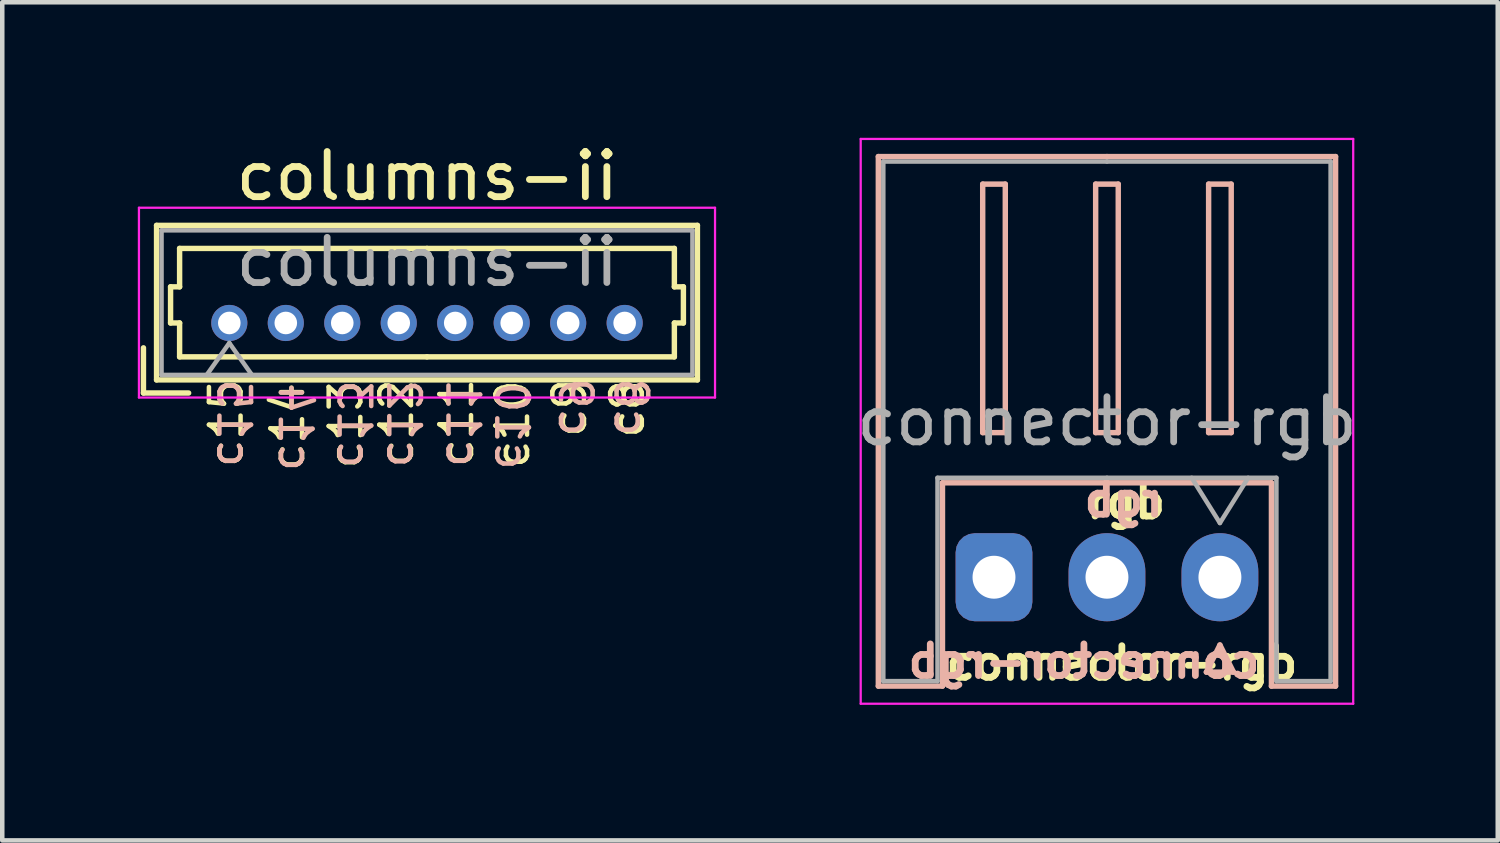
<source format=kicad_pcb>
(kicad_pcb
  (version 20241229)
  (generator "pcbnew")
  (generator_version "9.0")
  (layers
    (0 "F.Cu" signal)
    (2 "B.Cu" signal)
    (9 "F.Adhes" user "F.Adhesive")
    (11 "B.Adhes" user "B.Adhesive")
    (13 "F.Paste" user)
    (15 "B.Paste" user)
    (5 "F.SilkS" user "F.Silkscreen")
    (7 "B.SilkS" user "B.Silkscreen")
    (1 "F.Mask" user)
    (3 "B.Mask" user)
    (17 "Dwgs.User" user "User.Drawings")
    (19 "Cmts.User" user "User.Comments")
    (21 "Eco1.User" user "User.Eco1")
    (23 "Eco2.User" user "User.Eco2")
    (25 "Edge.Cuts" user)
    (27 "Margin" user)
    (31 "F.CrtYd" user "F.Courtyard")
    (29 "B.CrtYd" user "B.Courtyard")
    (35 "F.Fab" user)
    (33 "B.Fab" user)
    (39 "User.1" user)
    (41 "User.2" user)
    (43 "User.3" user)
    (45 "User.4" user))
  (footprint "columns-ii"
    (layer "F.Cu")
    (at 2.025 4.098)
    (property "Reference" "columns-ii" (at 4.38 -3.25 0) (layer "F.SilkS") (effects (font (size 1 1) (thickness 0.15))))
    (attr through_hole)
    (fp_line (start -1.9 1.55) (end -1.9 0.55) (stroke (width 0.12) (type solid)) (layer "F.SilkS"))
    (fp_line (start -1.9 1.55) (end -0.9 1.55) (stroke (width 0.12) (type solid)) (layer "F.SilkS"))
    (fp_line (start -1.61 -2.16) (end -1.61 1.26) (stroke (width 0.12) (type solid)) (layer "F.SilkS"))
    (fp_line (start -1.61 1.26) (end 10.36 1.26) (stroke (width 0.12) (type solid)) (layer "F.SilkS"))
    (fp_line (start -1.3 -0.8) (end -1.1 -0.8) (stroke (width 0.12) (type solid)) (layer "F.SilkS"))
    (fp_line (start -1.3 0) (end -1.3 -0.8) (stroke (width 0.12) (type solid)) (layer "F.SilkS"))
    (fp_line (start -1.1 -1.65) (end 4.375 -1.65) (stroke (width 0.12) (type solid)) (layer "F.SilkS"))
    (fp_line (start -1.1 -0.8) (end -1.1 -1.65) (stroke (width 0.12) (type solid)) (layer "F.SilkS"))
    (fp_line (start -1.1 0) (end -1.3 0) (stroke (width 0.12) (type solid)) (layer "F.SilkS"))
    (fp_line (start -1.1 0.75) (end -1.1 0) (stroke (width 0.12) (type solid)) (layer "F.SilkS"))
    (fp_line (start 4.375 0.75) (end -1.1 0.75) (stroke (width 0.12) (type solid)) (layer "F.SilkS"))
    (fp_line (start 4.375 0.75) (end 9.85 0.75) (stroke (width 0.12) (type solid)) (layer "F.SilkS"))
    (fp_line (start 9.85 -1.65) (end 4.375 -1.65) (stroke (width 0.12) (type solid)) (layer "F.SilkS"))
    (fp_line (start 9.85 -0.8) (end 9.85 -1.65) (stroke (width 0.12) (type solid)) (layer "F.SilkS"))
    (fp_line (start 9.85 0) (end 10.05 0) (stroke (width 0.12) (type solid)) (layer "F.SilkS"))
    (fp_line (start 9.85 0.75) (end 9.85 0) (stroke (width 0.12) (type solid)) (layer "F.SilkS"))
    (fp_line (start 10.05 -0.8) (end 9.85 -0.8) (stroke (width 0.12) (type solid)) (layer "F.SilkS"))
    (fp_line (start 10.05 0) (end 10.05 -0.8) (stroke (width 0.12) (type solid)) (layer "F.SilkS"))
    (fp_line (start 10.36 -2.16) (end -1.61 -2.16) (stroke (width 0.12) (type solid)) (layer "F.SilkS"))
    (fp_line (start 10.36 1.26) (end 10.36 -2.16) (stroke (width 0.12) (type solid)) (layer "F.SilkS"))
    (fp_line (start -2 -2.55) (end -2 1.65) (stroke (width 0.05) (type solid)) (layer "F.CrtYd"))
    (fp_line (start -2 1.65) (end 10.75 1.65) (stroke (width 0.05) (type solid)) (layer "F.CrtYd"))
    (fp_line (start 10.75 -2.55) (end -2 -2.55) (stroke (width 0.05) (type solid)) (layer "F.CrtYd"))
    (fp_line (start 10.75 1.65) (end 10.75 -2.55) (stroke (width 0.05) (type solid)) (layer "F.CrtYd"))
    (fp_line (start -1.5 -2.05) (end -1.5 1.15) (stroke (width 0.1) (type solid)) (layer "F.Fab"))
    (fp_line (start -1.5 1.15) (end 10.25 1.15) (stroke (width 0.1) (type solid)) (layer "F.Fab"))
    (fp_line (start -0.5 1.15) (end 0 0.443) (stroke (width 0.1) (type solid)) (layer "F.Fab"))
    (fp_line (start 0 0.443) (end 0.5 1.15) (stroke (width 0.1) (type solid)) (layer "F.Fab"))
    (fp_line (start 10.25 -2.05) (end -1.5 -2.05) (stroke (width 0.1) (type solid)) (layer "F.Fab"))
    (fp_line (start 10.25 1.15) (end 10.25 -2.05) (stroke (width 0.1) (type solid)) (layer "F.Fab"))
    (fp_text user "c10" (at 6.68 3.27 90) (unlocked yes) (layer "F.SilkS") (effects (font (size 0.7 0.7) (thickness 0.1)) (justify left bottom)))
    (fp_text user "c9" (at 7.94 2.58 90) (unlocked yes) (layer "F.SilkS") (effects (font (size 0.7 0.7) (thickness 0.1)) (justify left bottom)))
    (fp_text user "c13" (at 2.99 3.28 90) (unlocked yes) (layer "F.SilkS") (effects (font (size 0.7 0.7) (thickness 0.1)) (justify left bottom)))
    (fp_text user "c12" (at 4.11 3.25 90) (unlocked yes) (layer "F.SilkS") (effects (font (size 0.7 0.7) (thickness 0.1)) (justify left bottom)))
    (fp_text user "c15" (at 0.34 3.25 90) (unlocked yes) (layer "F.SilkS") (effects (font (size 0.7 0.7) (thickness 0.1)) (justify left bottom)))
    (fp_text user "c11" (at 5.44 3.24 90) (unlocked yes) (layer "F.SilkS") (effects (font (size 0.7 0.7) (thickness 0.1)) (justify left bottom)))
    (fp_text user "c14" (at 1.7 3.33 90) (unlocked yes) (layer "F.SilkS") (effects (font (size 0.7 0.7) (thickness 0.1)) (justify left bottom)))
    (fp_text user "c8" (at 9.22 2.6 90) (unlocked yes) (layer "F.SilkS") (effects (font (size 0.7 0.7) (thickness 0.1)) (justify left bottom)))
    (fp_text user "c15" (at -0.31 3.25 270) (unlocked yes) (layer "B.SilkS") (effects (font (size 0.7 0.7) (thickness 0.1)) (justify left bottom mirror)))
    (fp_text user "c14" (at 1.05 3.34 270) (unlocked yes) (layer "B.SilkS") (effects (font (size 0.7 0.7) (thickness 0.1)) (justify left bottom mirror)))
    (fp_text user "c9" (at 7.25 2.56 270) (unlocked yes) (layer "B.SilkS") (effects (font (size 0.7 0.7) (thickness 0.1)) (justify left bottom mirror)))
    (fp_text user "c13" (at 2.35 3.27 270) (unlocked yes) (layer "B.SilkS") (effects (font (size 0.7 0.7) (thickness 0.1)) (justify left bottom mirror)))
    (fp_text user "c8" (at 8.48 2.56 270) (unlocked yes) (layer "B.SilkS") (effects (font (size 0.7 0.7) (thickness 0.1)) (justify left bottom mirror)))
    (fp_text user "c11" (at 4.76 3.25 270) (unlocked yes) (layer "B.SilkS") (effects (font (size 0.7 0.7) (thickness 0.1)) (justify left bottom mirror)))
    (fp_text user "c12" (at 3.45 3.26 270) (unlocked yes) (layer "B.SilkS") (effects (font (size 0.7 0.7) (thickness 0.1)) (justify left bottom mirror)))
    (fp_text user "c10" (at 5.84 3.31 270) (unlocked yes) (layer "B.SilkS") (effects (font (size 0.7 0.7) (thickness 0.1)) (justify left bottom mirror)))
    (fp_text user "${REFERENCE}" (at 4.38 -1.35 0) (layer "F.Fab") (effects (font (size 1 1) (thickness 0.15))))
    (pad "1" thru_hole circle (at 0 0) (size 0.8 0.8) (drill 0.5) (layers "*.Cu" "*.Mask"))
    (pad "2" thru_hole circle (at 1.25 0) (size 0.8 0.8) (drill 0.5) (layers "*.Cu" "*.Mask"))
    (pad "3" thru_hole circle (at 2.5 0) (size 0.8 0.8) (drill 0.5) (layers "*.Cu" "*.Mask"))
    (pad "4" thru_hole circle (at 3.75 0) (size 0.8 0.8) (drill 0.5) (layers "*.Cu" "*.Mask"))
    (pad "5" thru_hole circle (at 5 0) (size 0.8 0.8) (drill 0.5) (layers "*.Cu" "*.Mask"))
    (pad "6" thru_hole circle (at 6.25 0) (size 0.8 0.8) (drill 0.5) (layers "*.Cu" "*.Mask"))
    (pad "7" thru_hole circle (at 7.5 0) (size 0.8 0.8) (drill 0.5) (layers "*.Cu" "*.Mask"))
    (pad "8" thru_hole circle (at 8.75 0) (size 0.8 0.8) (drill 0.5) (layers "*.Cu" "*.Mask")))
  (footprint "connector-rgb"
    (layer "F.Cu")
    (at 18.949 9.725)
    (property "Reference" "connector-rgb" (at 2.83 1.9 180) (layer "F.SilkS") (effects (font (size 0.7 0.7) (thickness 0.15))))
    (property "Value" "rgb" (at 2.5 -10.4 180) (layer "F.Fab") (hide yes) (effects (font (size 1 1) (thickness 0.15))))
    (attr through_hole)
    (fp_line (start -2.56 -9.31) (end -2.56 2.41) (stroke (width 0.12) (type solid)) (layer "B.SilkS"))
    (fp_line (start -2.56 2.41) (end -1.14 2.41) (stroke (width 0.12) (type solid)) (layer "B.SilkS"))
    (fp_line (start -1.14 -2.09) (end 2.5 -2.09) (stroke (width 0.12) (type solid)) (layer "B.SilkS"))
    (fp_line (start -1.14 2.41) (end -1.14 -2.09) (stroke (width 0.12) (type solid)) (layer "B.SilkS"))
    (fp_line (start -0.25 -8.7) (end -0.25 -3.2) (stroke (width 0.12) (type solid)) (layer "B.SilkS"))
    (fp_line (start -0.25 -3.2) (end 0.25 -3.2) (stroke (width 0.12) (type solid)) (layer "B.SilkS"))
    (fp_line (start 0.25 -8.7) (end -0.25 -8.7) (stroke (width 0.12) (type solid)) (layer "B.SilkS"))
    (fp_line (start 0.25 -3.2) (end 0.25 -8.7) (stroke (width 0.12) (type solid)) (layer "B.SilkS"))
    (fp_line (start 2.25 -8.7) (end 2.25 -3.2) (stroke (width 0.12) (type solid)) (layer "B.SilkS"))
    (fp_line (start 2.25 -3.2) (end 2.75 -3.2) (stroke (width 0.12) (type solid)) (layer "B.SilkS"))
    (fp_line (start 2.5 -9.31) (end -2.56 -9.31) (stroke (width 0.12) (type solid)) (layer "B.SilkS"))
    (fp_line (start 2.5 -9.31) (end 7.56 -9.31) (stroke (width 0.12) (type solid)) (layer "B.SilkS"))
    (fp_line (start 2.75 -8.7) (end 2.25 -8.7) (stroke (width 0.12) (type solid)) (layer "B.SilkS"))
    (fp_line (start 2.75 -3.2) (end 2.75 -8.7) (stroke (width 0.12) (type solid)) (layer "B.SilkS"))
    (fp_line (start 4.7 2.1) (end 5 1.5) (stroke (width 0.12) (type solid)) (layer "B.SilkS"))
    (fp_line (start 4.75 -8.7) (end 4.75 -3.2) (stroke (width 0.12) (type solid)) (layer "B.SilkS"))
    (fp_line (start 4.75 -3.2) (end 5.25 -3.2) (stroke (width 0.12) (type solid)) (layer "B.SilkS"))
    (fp_line (start 5 1.5) (end 5.3 2.1) (stroke (width 0.12) (type solid)) (layer "B.SilkS"))
    (fp_line (start 5.25 -8.7) (end 4.75 -8.7) (stroke (width 0.12) (type solid)) (layer "B.SilkS"))
    (fp_line (start 5.25 -3.2) (end 5.25 -8.7) (stroke (width 0.12) (type solid)) (layer "B.SilkS"))
    (fp_line (start 5.3 2.1) (end 4.7 2.1) (stroke (width 0.12) (type solid)) (layer "B.SilkS"))
    (fp_line (start 6.14 -2.09) (end 2.5 -2.09) (stroke (width 0.12) (type solid)) (layer "B.SilkS"))
    (fp_line (start 6.14 2.41) (end 6.14 -2.09) (stroke (width 0.12) (type solid)) (layer "B.SilkS"))
    (fp_line (start 7.56 -9.31) (end 7.56 2.41) (stroke (width 0.12) (type solid)) (layer "B.SilkS"))
    (fp_line (start 7.56 2.41) (end 6.14 2.41) (stroke (width 0.12) (type solid)) (layer "B.SilkS"))
    (fp_line (start -2.95 -9.7) (end -2.95 2.8) (stroke (width 0.05) (type solid)) (layer "F.CrtYd"))
    (fp_line (start -2.95 2.8) (end 7.95 2.8) (stroke (width 0.05) (type solid)) (layer "F.CrtYd"))
    (fp_line (start 7.95 -9.7) (end -2.95 -9.7) (stroke (width 0.05) (type solid)) (layer "F.CrtYd"))
    (fp_line (start 7.95 2.8) (end 7.95 -9.7) (stroke (width 0.05) (type solid)) (layer "F.CrtYd"))
    (fp_line (start -2.45 -9.2) (end -2.45 2.3) (stroke (width 0.1) (type solid)) (layer "F.Fab"))
    (fp_line (start -2.45 2.3) (end -1.25 2.3) (stroke (width 0.1) (type solid)) (layer "F.Fab"))
    (fp_line (start -1.25 -2.2) (end 2.5 -2.2) (stroke (width 0.1) (type solid)) (layer "F.Fab"))
    (fp_line (start -1.25 2.3) (end -1.25 -2.2) (stroke (width 0.1) (type solid)) (layer "F.Fab"))
    (fp_line (start 2.5 -9.2) (end -2.45 -9.2) (stroke (width 0.1) (type solid)) (layer "F.Fab"))
    (fp_line (start 2.5 -9.2) (end 7.45 -9.2) (stroke (width 0.1) (type solid)) (layer "F.Fab"))
    (fp_line (start 5 -1.2) (end 4.375 -2.2) (stroke (width 0.1) (type solid)) (layer "F.Fab"))
    (fp_line (start 5.625 -2.2) (end 5 -1.2) (stroke (width 0.1) (type solid)) (layer "F.Fab"))
    (fp_line (start 6.25 -2.2) (end 2.5 -2.2) (stroke (width 0.1) (type solid)) (layer "F.Fab"))
    (fp_line (start 6.25 2.3) (end 6.25 -2.2) (stroke (width 0.1) (type solid)) (layer "F.Fab"))
    (fp_line (start 7.45 -9.2) (end 7.45 2.3) (stroke (width 0.1) (type solid)) (layer "F.Fab"))
    (fp_line (start 7.45 2.3) (end 6.25 2.3) (stroke (width 0.1) (type solid)) (layer "F.Fab"))
    (fp_text user "${VALUE}" (at 2.92 -1.67 180) (layer "F.SilkS") (effects (font (size 0.7 0.7) (thickness 0.15))))
    (fp_text user "${VALUE}" (at 2.87 -1.71 180) (layer "B.SilkS") (effects (font (size 0.7 0.7) (thickness 0.15)) (justify mirror)))
    (fp_text user "${REFERENCE}" (at 1.99 1.86 180) (layer "B.SilkS") (effects (font (size 0.7 0.7) (thickness 0.15)) (justify mirror)))
    (fp_text user "${REFERENCE}" (at 2.5 -3.45 180) (layer "F.Fab") (effects (font (size 1 1) (thickness 0.15))))
    (pad "1" thru_hole roundrect (at 0 0 180) (size 1.7 1.95) (drill 0.95) (layers "*.Cu" "*.Mask") (roundrect_rratio 0.25))
    (pad "2" thru_hole oval (at 2.5 0 180) (size 1.7 1.95) (drill 0.95) (layers "*.Cu" "*.Mask"))
    (pad "3" thru_hole oval (at 5 0 180) (size 1.7 1.95) (drill 0.95) (layers "*.Cu" "*.Mask")))
  (gr_rect
    (start -3 -3)
    (end 30.098 15.55)
    (stroke (width 0.1) (type default))
    (fill no)
    (layer "Edge.Cuts")))
</source>
